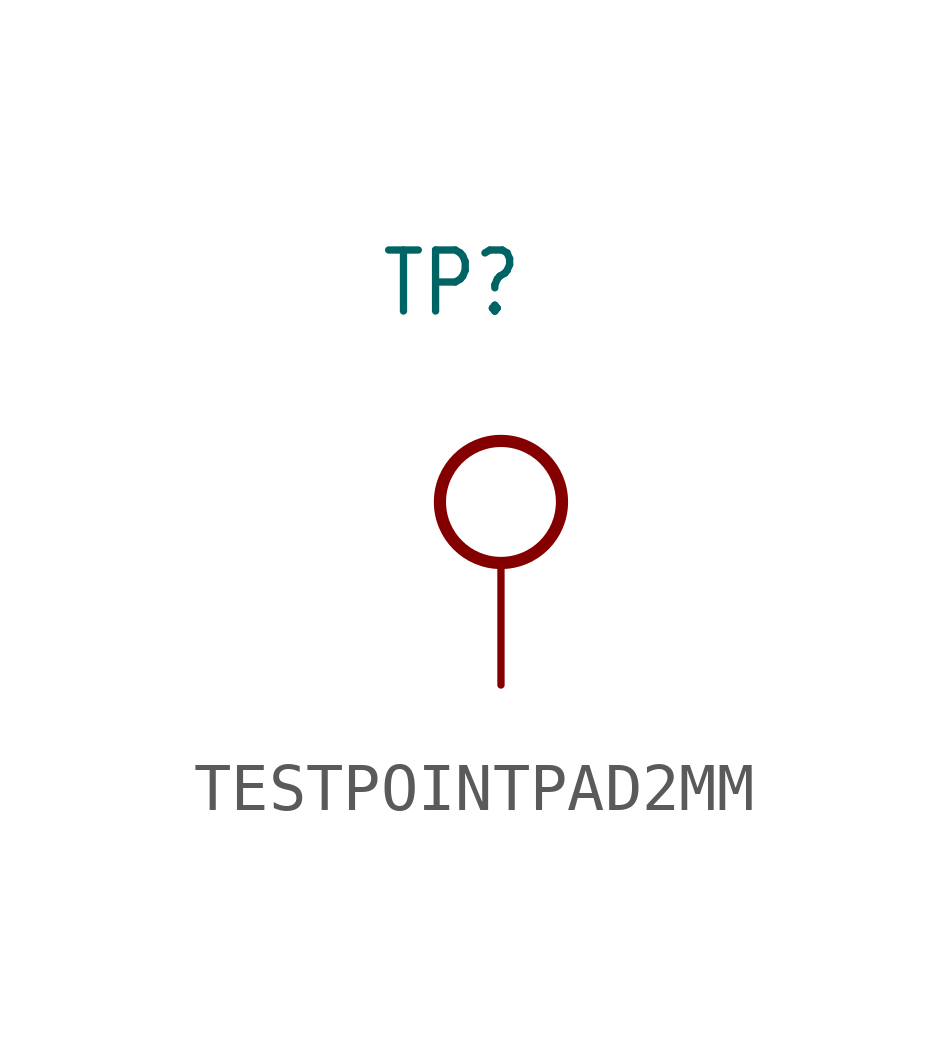
<source format=kicad_sym>
(kicad_symbol_lib
  (version 20220914)
  (generator kicad_symbol_editor)
  (symbol "TESTPOINTPAD2MM"
    (property "Reference" "TP"
      (at -2.54 7.62 0)
      (effects (font (size 1.27 1.079)) (justify left bottom)))
    (property "Value" ""
      (at -2.54 5.715 0)
      (effects (font (size 1.27 1.079)) (justify left bottom)))
    (property "ki_locked" ""
      (at 0 0 0)
      (effects (font (size 1.27 1.27))))
    (symbol "TESTPOINTPAD2MM_1_0"
      (circle (center 0 3.81) (radius 1.27) (stroke (width 0.254) (type solid)) (fill (type none)))
      (pin bidirectional line (at 0 0 90) (length 2.54) (name "P$1" (effects (font (size 0 0)))) (number "P$1" (effects (font (size 0 0))))))))
</source>
